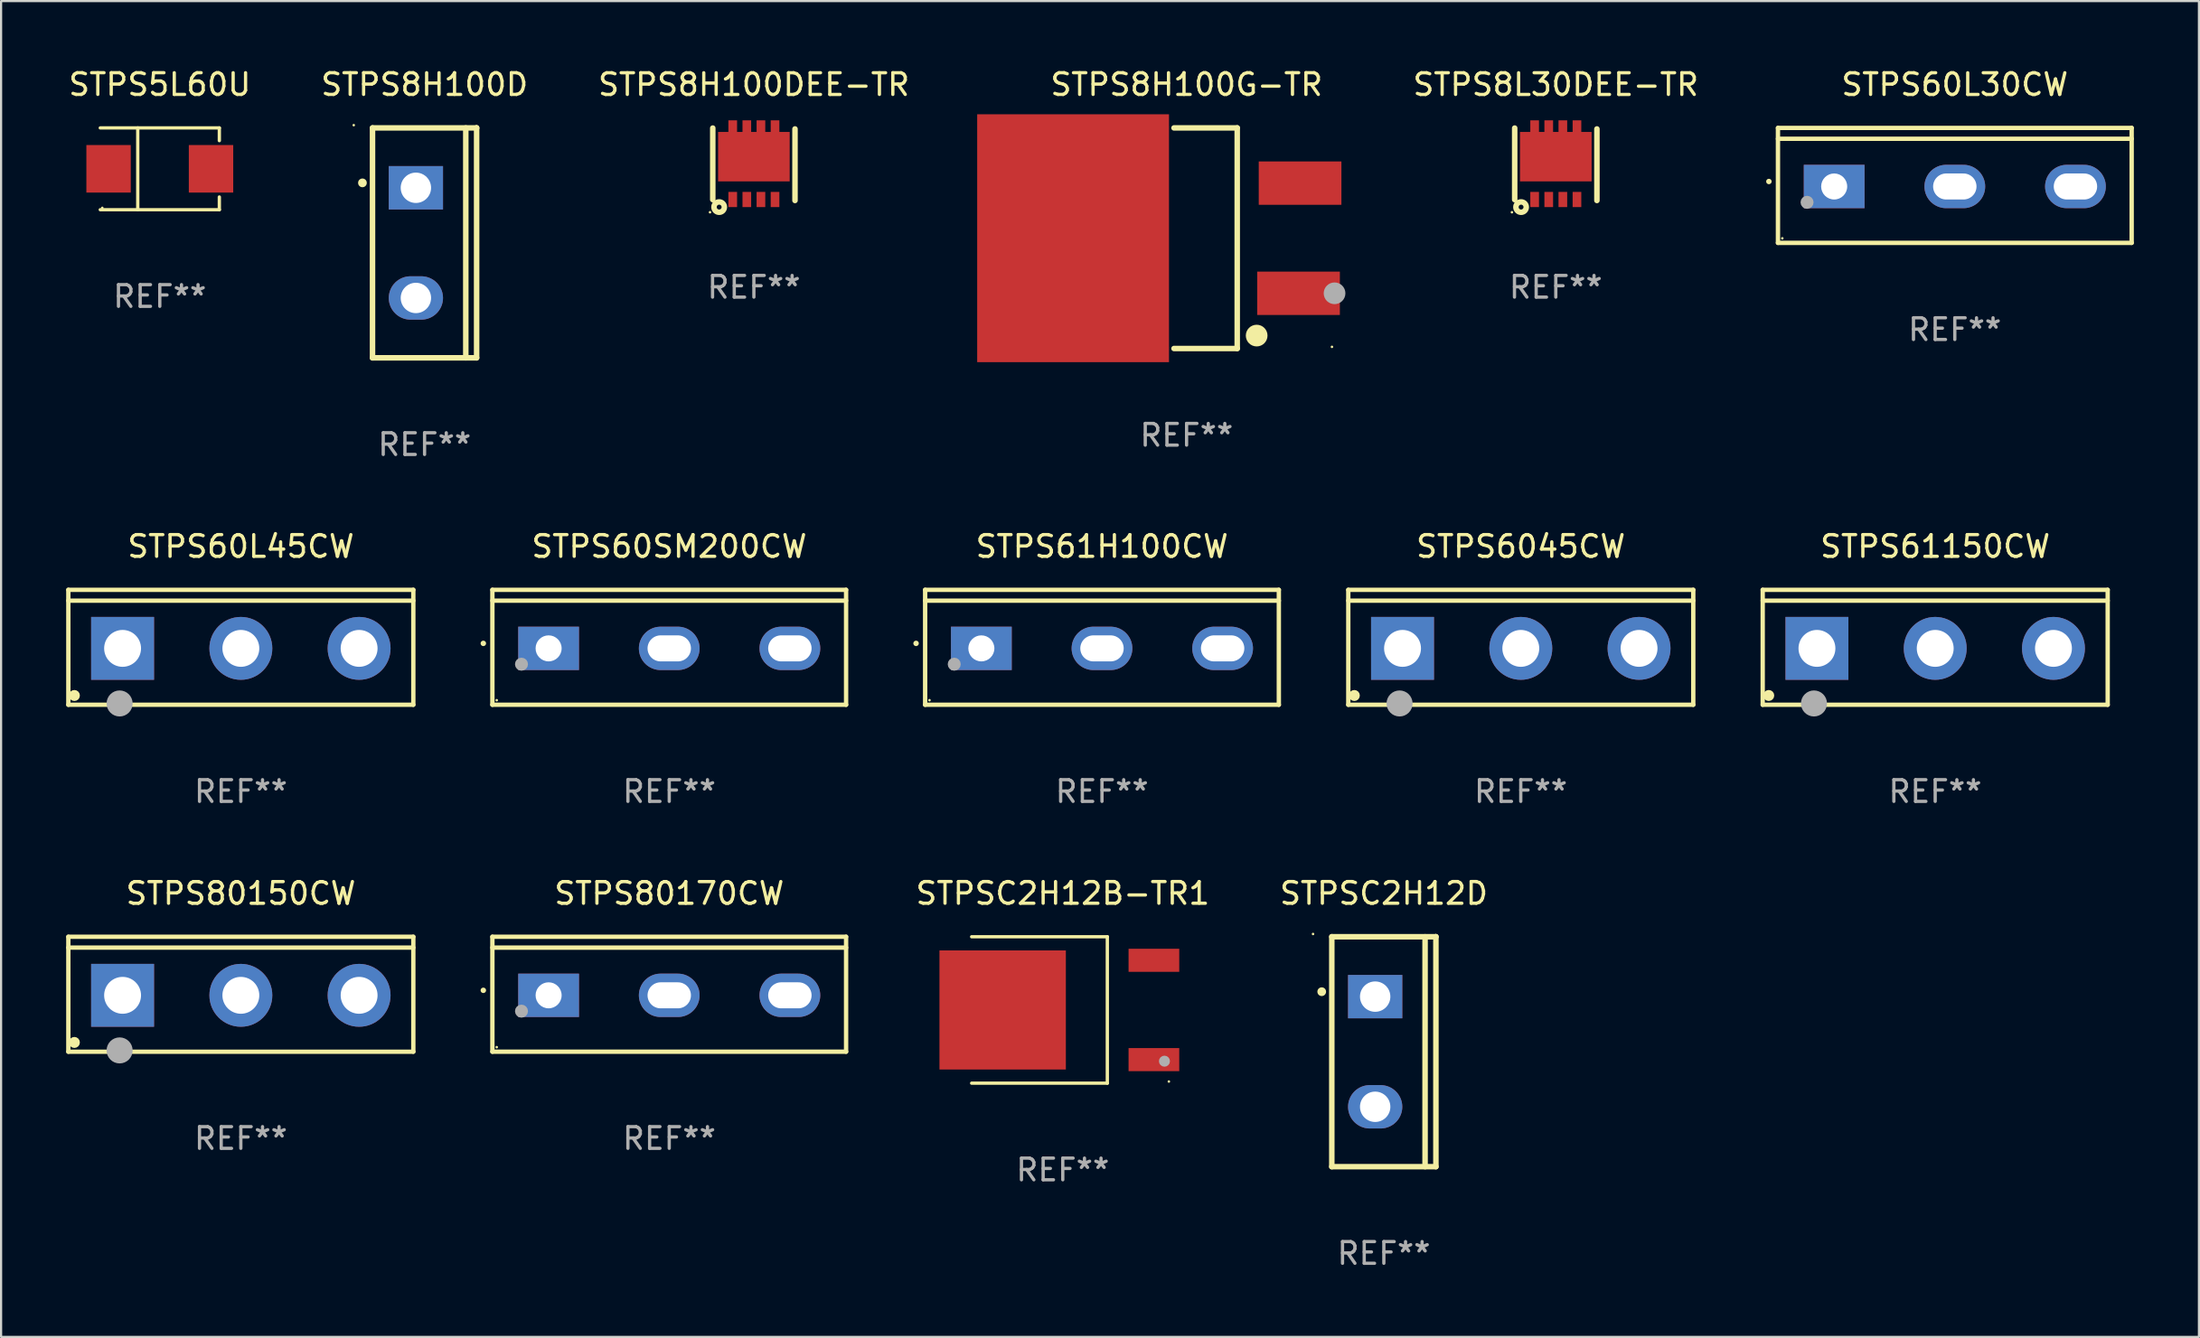
<source format=kicad_pcb>
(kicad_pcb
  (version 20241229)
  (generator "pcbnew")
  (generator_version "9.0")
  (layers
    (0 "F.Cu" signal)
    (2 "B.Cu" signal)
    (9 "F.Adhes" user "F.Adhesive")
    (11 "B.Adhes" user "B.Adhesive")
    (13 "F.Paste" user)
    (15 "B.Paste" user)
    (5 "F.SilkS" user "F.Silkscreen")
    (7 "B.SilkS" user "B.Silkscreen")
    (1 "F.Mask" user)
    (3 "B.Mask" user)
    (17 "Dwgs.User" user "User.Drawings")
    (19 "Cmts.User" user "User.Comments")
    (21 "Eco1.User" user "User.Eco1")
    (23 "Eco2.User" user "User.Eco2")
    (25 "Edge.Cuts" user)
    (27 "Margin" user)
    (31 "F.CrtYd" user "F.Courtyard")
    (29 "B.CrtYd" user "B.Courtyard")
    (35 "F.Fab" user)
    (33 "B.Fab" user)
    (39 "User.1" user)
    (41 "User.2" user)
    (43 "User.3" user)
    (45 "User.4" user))
  (footprint "STPS8H100D"
    (layer "F.Cu")
    (at 16.518 8.149)
    (property "Reference" "STPS8H100D" (at 0 -7.301 0) (layer "F.SilkS") (effects (font (size 1 1) (thickness 0.15))))
    (attr through_hole)
    (fp_line (start -2.399 -5.301) (end 2.394 -5.301) (stroke (width 0.254) (type solid)) (layer "F.SilkS"))
    (fp_line (start -2.399 5.301) (end -2.399 -5.301) (stroke (width 0.254) (type solid)) (layer "F.SilkS"))
    (fp_line (start 1.9 5.3) (end 1.9 -5.3) (stroke (width 0.254) (type solid)) (layer "F.SilkS"))
    (fp_line (start 2.394 -5.301) (end 2.399 -5.301) (stroke (width 0.254) (type solid)) (layer "F.SilkS"))
    (fp_line (start 2.399 -5.301) (end 2.399 5.301) (stroke (width 0.254) (type solid)) (layer "F.SilkS"))
    (fp_line (start 2.399 5.301) (end -2.399 5.301) (stroke (width 0.254) (type solid)) (layer "F.SilkS"))
    (fp_arc (start -2.863843 -2.766066) (mid -2.863847 -2.767336) (end -2.863843 -2.768606) (stroke (width 0.4) (type solid)) (layer "F.SilkS"))
    (fp_circle (center -3.264 -5.428) (end -3.234 -5.428) (stroke (width 0.06) (type solid)) (fill no) (layer "F.SilkS"))
    (fp_text user "REF**" (at 0 9.301 0) (layer "F.Fab") (effects (font (size 1 1) (thickness 0.15))))
    (pad "1" thru_hole rect (at -0.4 -2.54 270) (size 2 2.5) (drill 1.4) (layers "*.Cu" "*.Mask"))
    (pad "2" thru_hole oval (at -0.4 2.54 270) (size 2 2.5) (drill 1.4) (layers "*.Cu" "*.Mask")))
  (footprint "STPSC2H12D"
    (layer "F.Cu")
    (at 60.731 45.445)
    (property "Reference" "STPSC2H12D" (at 0 -7.301 0) (layer "F.SilkS") (effects (font (size 1 1) (thickness 0.15))))
    (attr through_hole)
    (fp_line (start -2.399 -5.301) (end 2.394 -5.301) (stroke (width 0.254) (type solid)) (layer "F.SilkS"))
    (fp_line (start -2.399 5.301) (end -2.399 -5.301) (stroke (width 0.254) (type solid)) (layer "F.SilkS"))
    (fp_line (start 1.9 5.3) (end 1.9 -5.3) (stroke (width 0.254) (type solid)) (layer "F.SilkS"))
    (fp_line (start 2.394 -5.301) (end 2.399 -5.301) (stroke (width 0.254) (type solid)) (layer "F.SilkS"))
    (fp_line (start 2.399 -5.301) (end 2.399 5.301) (stroke (width 0.254) (type solid)) (layer "F.SilkS"))
    (fp_line (start 2.399 5.301) (end -2.399 5.301) (stroke (width 0.254) (type solid)) (layer "F.SilkS"))
    (fp_arc (start -2.863843 -2.766066) (mid -2.863847 -2.767336) (end -2.863843 -2.768606) (stroke (width 0.4) (type solid)) (layer "F.SilkS"))
    (fp_circle (center -3.264 -5.428) (end -3.234 -5.428) (stroke (width 0.06) (type solid)) (fill no) (layer "F.SilkS"))
    (fp_text user "REF**" (at 0 9.301 0) (layer "F.Fab") (effects (font (size 1 1) (thickness 0.15))))
    (pad "1" thru_hole rect (at -0.4 -2.54 270) (size 2 2.5) (drill 1.4) (layers "*.Cu" "*.Mask"))
    (pad "2" thru_hole oval (at -0.4 2.54 270) (size 2 2.5) (drill 1.4) (layers "*.Cu" "*.Mask")))
  (footprint "STPS5L60U"
    (layer "F.Cu")
    (at 4.315 4.734)
    (property "Reference" "STPS5L60U" (at 0 -3.886 0) (layer "F.SilkS") (effects (font (size 1 1) (thickness 0.15))))
    (attr through_hole)
    (fp_line (start -2.744 -1.886) (end 2.744 -1.886) (stroke (width 0.152) (type solid)) (layer "F.SilkS"))
    (fp_line (start -2.744 1.886) (end 2.744 1.886) (stroke (width 0.152) (type solid)) (layer "F.SilkS"))
    (fp_line (start -1.016 -1.886) (end -1.016 1.886) (stroke (width 0.152) (type solid)) (layer "F.SilkS"))
    (fp_line (start 2.744 -1.886) (end 2.744 -1.299) (stroke (width 0.152) (type solid)) (layer "F.SilkS"))
    (fp_line (start 2.744 1.886) (end 2.744 1.299) (stroke (width 0.152) (type solid)) (layer "F.SilkS"))
    (fp_circle (center -2.65 1.8) (end -2.62 1.8) (stroke (width 0.06) (type solid)) (fill no) (layer "F.SilkS"))
    (fp_text user "REF**" (at 0 5.886 0) (layer "F.Fab") (effects (font (size 1 1) (thickness 0.15))))
    (pad "1" smd rect (at -2.361 0) (size 2.047 2.192) (layers "F.Cu" "F.Mask" "F.Paste"))
    (pad "2" smd rect (at 2.361 0) (size 2.047 2.192) (layers "F.Cu" "F.Mask" "F.Paste")))
  (footprint "STPS8H100DEE-TR"
    (layer "F.Cu")
    (at 31.696 4.522)
    (property "Reference" "STPS8H100DEE-TR" (at 0 -3.673 0) (layer "F.SilkS") (effects (font (size 1 1) (thickness 0.15))))
    (attr through_hole)
    (fp_line (start -1.895 1.633) (end -1.895 -1.667) (stroke (width 0.254) (type solid)) (layer "F.SilkS"))
    (fp_line (start 1.895 1.673) (end 1.895 -1.627) (stroke (width 0.254) (type solid)) (layer "F.SilkS"))
    (fp_circle (center -2.022 2.215) (end -1.992 2.215) (stroke (width 0.06) (type solid)) (fill no) (layer "F.SilkS"))
    (fp_circle (center -1.6 1.977) (end -1.488 1.977) (stroke (width 0.254) (type solid)) (fill no) (layer "F.SilkS"))
    (fp_text user "REF**" (at 0 5.673 0) (layer "F.Fab") (effects (font (size 1 1) (thickness 0.15))))
    (pad "1" smd rect (at -0.975 1.627 180) (size 0.4 0.7) (layers "F.Cu" "F.Mask" "F.Paste"))
    (pad "2" smd rect (at -0.325 1.627 180) (size 0.4 0.7) (layers "F.Cu" "F.Mask" "F.Paste"))
    (pad "3" smd rect (at 0.325 1.627 180) (size 0.4 0.7) (layers "F.Cu" "F.Mask" "F.Paste"))
    (pad "4" smd rect (at 0.975 1.627 180) (size 0.4 0.7) (layers "F.Cu" "F.Mask" "F.Paste"))
    (pad "5" smd rect (at 0.975 -1.673 180) (size 0.4 0.7) (layers "F.Cu" "F.Mask" "F.Paste"))
    (pad "6" smd rect (at 0.325 -1.673 180) (size 0.4 0.7) (layers "F.Cu" "F.Mask" "F.Paste"))
    (pad "7" smd rect (at -0.325 -1.673 180) (size 0.4 0.7) (layers "F.Cu" "F.Mask" "F.Paste"))
    (pad "8" smd rect (at -0.975 -1.673 180) (size 0.4 0.7) (layers "F.Cu" "F.Mask" "F.Paste"))
    (pad "9" smd rect (at 0.000102 -0.348 270) (size 2.28 3.3) (layers "F.Cu" "F.Mask" "F.Paste")))
  (footprint "STPS61150CW"
    (layer "F.Cu")
    (at 86.142 26.797)
    (property "Reference" "STPS61150CW" (at 0 -4.65 0) (layer "F.SilkS") (effects (font (size 1 1) (thickness 0.15))))
    (attr through_hole)
    (fp_line (start -7.95 -2.65) (end -7.95 2.65) (stroke (width 0.2) (type solid)) (layer "F.SilkS"))
    (fp_line (start -7.95 -2.15) (end 7.95 -2.15) (stroke (width 0.2) (type solid)) (layer "F.SilkS"))
    (fp_line (start -7.95 2.65) (end 7.95 2.65) (stroke (width 0.2) (type solid)) (layer "F.SilkS"))
    (fp_line (start 7.95 -2.65) (end -7.95 -2.65) (stroke (width 0.2) (type solid)) (layer "F.SilkS"))
    (fp_line (start 7.95 2.65) (end 7.95 -2.65) (stroke (width 0.2) (type solid)) (layer "F.SilkS"))
    (fp_circle (center -7.672 2.223) (end -7.545 2.223) (stroke (width 0.254) (type solid)) (fill no) (layer "F.SilkS"))
    (fp_circle (center -5.587 2.59) (end -5.287 2.59) (stroke (width 0.6) (type solid)) (fill no) (layer "F.Fab"))
    (fp_text user "REF**" (at 0 6.65 0) (layer "F.Fab") (effects (font (size 1 1) (thickness 0.15))))
    (pad "1" thru_hole rect (at -5.45 0.05) (size 2.9 2.9) (drill 1.7) (layers "*.Cu" "*.Mask"))
    (pad "2" thru_hole circle (at 0.001 0.05) (size 2.9 2.9) (drill 1.7) (layers "*.Cu" "*.Mask"))
    (pad "3" thru_hole circle (at 5.451 0.05) (size 2.9 2.9) (drill 1.7) (layers "*.Cu" "*.Mask")))
  (footprint "STPS61H100CW"
    (layer "F.Cu")
    (at 47.74 26.797)
    (property "Reference" "STPS61H100CW" (at 0 -4.65 0) (layer "F.SilkS") (effects (font (size 1 1) (thickness 0.15))))
    (attr through_hole)
    (fp_line (start -8.151 -2.65) (end -8.151 2.65) (stroke (width 0.201) (type solid)) (layer "F.SilkS"))
    (fp_line (start 8.151 -2.65) (end -8.151 -2.65) (stroke (width 0.201) (type solid)) (layer "F.SilkS"))
    (fp_line (start 8.151 -2.15) (end -8.151 -2.15) (stroke (width 0.201) (type solid)) (layer "F.SilkS"))
    (fp_line (start 8.151 2.65) (end -8.151 2.65) (stroke (width 0.201) (type solid)) (layer "F.SilkS"))
    (fp_line (start 8.151 2.65) (end 8.151 -2.65) (stroke (width 0.201) (type solid)) (layer "F.SilkS"))
    (fp_arc (start -8.570003 -0.18048) (mid -8.568733 -0.180486) (end -8.567463 -0.18048) (stroke (width 0.24892) (type solid)) (layer "F.SilkS"))
    (fp_circle (center -7.95 2.44) (end -7.92 2.44) (stroke (width 0.06) (type solid)) (fill no) (layer "F.SilkS"))
    (fp_circle (center -6.81 0.78) (end -6.66 0.78) (stroke (width 0.3) (type solid)) (fill no) (layer "F.Fab"))
    (fp_text user "REF**" (at 0 6.65 0) (layer "F.Fab") (effects (font (size 1 1) (thickness 0.15))))
    (pad "1" thru_hole rect (at -5.56 0.05 90) (size 2 2.8) (drill 1.2) (layers "*.Cu" "*.Mask"))
    (pad "2" thru_hole oval (at 0 0.05 90) (size 2 2.8) (drill oval 1.2 2) (layers "*.Cu" "*.Mask"))
    (pad "3" thru_hole oval (at 5.56 0.05 90) (size 2 2.8) (drill oval 1.2 2) (layers "*.Cu" "*.Mask")))
  (footprint "STPS8H100G-TR"
    (layer "F.Cu")
    (at 51.639 7.934)
    (property "Reference" "STPS8H100G-TR" (at 0 -7.086 0) (layer "F.SilkS") (effects (font (size 1 1) (thickness 0.15))))
    (attr through_hole)
    (fp_line (start 2.334 -5.086) (end -0.58 -5.086) (stroke (width 0.254) (type solid)) (layer "F.SilkS"))
    (fp_line (start 2.334 -5.086) (end 2.334 5.086) (stroke (width 0.254) (type solid)) (layer "F.SilkS"))
    (fp_line (start 2.334 5.086) (end -0.58 5.086) (stroke (width 0.254) (type solid)) (layer "F.SilkS"))
    (fp_circle (center 3.23 4.49) (end 3.48 4.49) (stroke (width 0.5) (type solid)) (fill no) (layer "F.SilkS"))
    (fp_circle (center 6.7 5.01) (end 6.73 5.01) (stroke (width 0.06) (type solid)) (fill no) (layer "F.SilkS"))
    (fp_circle (center 6.82 2.54) (end 7.07 2.54) (stroke (width 0.5) (type solid)) (fill no) (layer "F.Fab"))
    (fp_text user "REF**" (at 0 9.086 0) (layer "F.Fab") (effects (font (size 1 1) (thickness 0.15))))
    (pad "1" smd rect (at 5.16 2.54) (size 3.81 2) (layers "F.Cu" "F.Mask" "F.Paste"))
    (pad "3" smd rect (at 5.231 -2.54) (size 3.81 2) (layers "F.Cu" "F.Mask" "F.Paste"))
    (pad "4" smd rect (at -5.231 0) (size 8.84 11.43) (layers "F.Cu" "F.Mask" "F.Paste")))
  (footprint "STPS8L30DEE-TR"
    (layer "F.Cu")
    (at 68.656 4.522)
    (property "Reference" "STPS8L30DEE-TR" (at 0 -3.673 0) (layer "F.SilkS") (effects (font (size 1 1) (thickness 0.15))))
    (attr through_hole)
    (fp_line (start -1.895 1.633) (end -1.895 -1.667) (stroke (width 0.254) (type solid)) (layer "F.SilkS"))
    (fp_line (start 1.895 1.673) (end 1.895 -1.627) (stroke (width 0.254) (type solid)) (layer "F.SilkS"))
    (fp_circle (center -2.022 2.215) (end -1.992 2.215) (stroke (width 0.06) (type solid)) (fill no) (layer "F.SilkS"))
    (fp_circle (center -1.6 1.977) (end -1.488 1.977) (stroke (width 0.254) (type solid)) (fill no) (layer "F.SilkS"))
    (fp_text user "REF**" (at 0 5.673 0) (layer "F.Fab") (effects (font (size 1 1) (thickness 0.15))))
    (pad "1" smd rect (at -0.975 1.627 180) (size 0.4 0.7) (layers "F.Cu" "F.Mask" "F.Paste"))
    (pad "2" smd rect (at -0.325 1.627 180) (size 0.4 0.7) (layers "F.Cu" "F.Mask" "F.Paste"))
    (pad "3" smd rect (at 0.325 1.627 180) (size 0.4 0.7) (layers "F.Cu" "F.Mask" "F.Paste"))
    (pad "4" smd rect (at 0.975 1.627 180) (size 0.4 0.7) (layers "F.Cu" "F.Mask" "F.Paste"))
    (pad "5" smd rect (at 0.975 -1.673 180) (size 0.4 0.7) (layers "F.Cu" "F.Mask" "F.Paste"))
    (pad "6" smd rect (at 0.325 -1.673 180) (size 0.4 0.7) (layers "F.Cu" "F.Mask" "F.Paste"))
    (pad "7" smd rect (at -0.325 -1.673 180) (size 0.4 0.7) (layers "F.Cu" "F.Mask" "F.Paste"))
    (pad "8" smd rect (at -0.975 -1.673 180) (size 0.4 0.7) (layers "F.Cu" "F.Mask" "F.Paste"))
    (pad "9" smd rect (at 0.000102 -0.348 270) (size 2.28 3.3) (layers "F.Cu" "F.Mask" "F.Paste")))
  (footprint "STPS6045CW"
    (layer "F.Cu")
    (at 67.042 26.797)
    (property "Reference" "STPS6045CW" (at 0 -4.65 0) (layer "F.SilkS") (effects (font (size 1 1) (thickness 0.15))))
    (attr through_hole)
    (fp_line (start -7.95 -2.65) (end -7.95 2.65) (stroke (width 0.2) (type solid)) (layer "F.SilkS"))
    (fp_line (start -7.95 -2.15) (end 7.95 -2.15) (stroke (width 0.2) (type solid)) (layer "F.SilkS"))
    (fp_line (start -7.95 2.65) (end 7.95 2.65) (stroke (width 0.2) (type solid)) (layer "F.SilkS"))
    (fp_line (start 7.95 -2.65) (end -7.95 -2.65) (stroke (width 0.2) (type solid)) (layer "F.SilkS"))
    (fp_line (start 7.95 2.65) (end 7.95 -2.65) (stroke (width 0.2) (type solid)) (layer "F.SilkS"))
    (fp_circle (center -7.672 2.223) (end -7.545 2.223) (stroke (width 0.254) (type solid)) (fill no) (layer "F.SilkS"))
    (fp_circle (center -5.587 2.59) (end -5.287 2.59) (stroke (width 0.6) (type solid)) (fill no) (layer "F.Fab"))
    (fp_text user "REF**" (at 0 6.65 0) (layer "F.Fab") (effects (font (size 1 1) (thickness 0.15))))
    (pad "1" thru_hole rect (at -5.45 0.05) (size 2.9 2.9) (drill 1.7) (layers "*.Cu" "*.Mask"))
    (pad "2" thru_hole circle (at 0.001 0.05) (size 2.9 2.9) (drill 1.7) (layers "*.Cu" "*.Mask"))
    (pad "3" thru_hole circle (at 5.451 0.05) (size 2.9 2.9) (drill 1.7) (layers "*.Cu" "*.Mask")))
  (footprint "STPS60L30CW"
    (layer "F.Cu")
    (at 87.046 5.499)
    (property "Reference" "STPS60L30CW" (at 0 -4.65 0) (layer "F.SilkS") (effects (font (size 1 1) (thickness 0.15))))
    (attr through_hole)
    (fp_line (start -8.151 -2.65) (end -8.151 2.65) (stroke (width 0.201) (type solid)) (layer "F.SilkS"))
    (fp_line (start 8.151 -2.65) (end -8.151 -2.65) (stroke (width 0.201) (type solid)) (layer "F.SilkS"))
    (fp_line (start 8.151 -2.15) (end -8.151 -2.15) (stroke (width 0.201) (type solid)) (layer "F.SilkS"))
    (fp_line (start 8.151 2.65) (end -8.151 2.65) (stroke (width 0.201) (type solid)) (layer "F.SilkS"))
    (fp_line (start 8.151 2.65) (end 8.151 -2.65) (stroke (width 0.201) (type solid)) (layer "F.SilkS"))
    (fp_arc (start -8.570003 -0.18048) (mid -8.568733 -0.180486) (end -8.567463 -0.18048) (stroke (width 0.24892) (type solid)) (layer "F.SilkS"))
    (fp_circle (center -7.95 2.44) (end -7.92 2.44) (stroke (width 0.06) (type solid)) (fill no) (layer "F.SilkS"))
    (fp_circle (center -6.81 0.78) (end -6.66 0.78) (stroke (width 0.3) (type solid)) (fill no) (layer "F.Fab"))
    (fp_text user "REF**" (at 0 6.65 0) (layer "F.Fab") (effects (font (size 1 1) (thickness 0.15))))
    (pad "1" thru_hole rect (at -5.56 0.05 90) (size 2 2.8) (drill 1.2) (layers "*.Cu" "*.Mask"))
    (pad "2" thru_hole oval (at 0 0.05 90) (size 2 2.8) (drill oval 1.2 2) (layers "*.Cu" "*.Mask"))
    (pad "3" thru_hole oval (at 5.56 0.05 90) (size 2 2.8) (drill oval 1.2 2) (layers "*.Cu" "*.Mask")))
  (footprint "STPSC2H12B-TR1"
    (layer "F.Cu")
    (at 45.933 43.52)
    (property "Reference" "STPSC2H12B-TR1" (at 0 -5.376 0) (layer "F.SilkS") (effects (font (size 1 1) (thickness 0.15))))
    (attr through_hole)
    (fp_line (start -4.2 -3.376) (end 2.053 -3.376) (stroke (width 0.152) (type solid)) (layer "F.SilkS"))
    (fp_line (start -4.2 3.376) (end 2.053 3.376) (stroke (width 0.152) (type solid)) (layer "F.SilkS"))
    (fp_line (start 2.053 3.376) (end 2.053 -3.376) (stroke (width 0.152) (type solid)) (layer "F.SilkS"))
    (fp_circle (center 4.889 3.3) (end 4.919 3.3) (stroke (width 0.06) (type solid)) (fill no) (layer "F.SilkS"))
    (fp_circle (center 4.686 2.362) (end 4.813 2.362) (stroke (width 0.254) (type solid)) (fill no) (layer "F.Fab"))
    (fp_text user "REF**" (at 0 7.376 0) (layer "F.Fab") (effects (font (size 1 1) (thickness 0.15))))
    (pad "1" smd rect (at 4.2 2.29) (size 2.336 1.064) (layers "F.Cu" "F.Mask" "F.Paste"))
    (pad "3" smd rect (at 4.2 -2.29) (size 2.336 1.064) (layers "F.Cu" "F.Mask" "F.Paste"))
    (pad "4" smd rect (at -2.771 0) (size 5.826 5.491) (layers "F.Cu" "F.Mask" "F.Paste")))
  (footprint "STPS60L45CW"
    (layer "F.Cu")
    (at 8.05 26.797)
    (property "Reference" "STPS60L45CW" (at 0 -4.65 0) (layer "F.SilkS") (effects (font (size 1 1) (thickness 0.15))))
    (attr through_hole)
    (fp_line (start -7.95 -2.65) (end -7.95 2.65) (stroke (width 0.2) (type solid)) (layer "F.SilkS"))
    (fp_line (start -7.95 -2.15) (end 7.95 -2.15) (stroke (width 0.2) (type solid)) (layer "F.SilkS"))
    (fp_line (start -7.95 2.65) (end 7.95 2.65) (stroke (width 0.2) (type solid)) (layer "F.SilkS"))
    (fp_line (start 7.95 -2.65) (end -7.95 -2.65) (stroke (width 0.2) (type solid)) (layer "F.SilkS"))
    (fp_line (start 7.95 2.65) (end 7.95 -2.65) (stroke (width 0.2) (type solid)) (layer "F.SilkS"))
    (fp_circle (center -7.672 2.223) (end -7.545 2.223) (stroke (width 0.254) (type solid)) (fill no) (layer "F.SilkS"))
    (fp_circle (center -5.587 2.59) (end -5.287 2.59) (stroke (width 0.6) (type solid)) (fill no) (layer "F.Fab"))
    (fp_text user "REF**" (at 0 6.65 0) (layer "F.Fab") (effects (font (size 1 1) (thickness 0.15))))
    (pad "1" thru_hole rect (at -5.45 0.05) (size 2.9 2.9) (drill 1.7) (layers "*.Cu" "*.Mask"))
    (pad "2" thru_hole circle (at 0.001 0.05) (size 2.9 2.9) (drill 1.7) (layers "*.Cu" "*.Mask"))
    (pad "3" thru_hole circle (at 5.451 0.05) (size 2.9 2.9) (drill 1.7) (layers "*.Cu" "*.Mask")))
  (footprint "STPS80170CW"
    (layer "F.Cu")
    (at 27.795 42.795)
    (property "Reference" "STPS80170CW" (at 0 -4.65 0) (layer "F.SilkS") (effects (font (size 1 1) (thickness 0.15))))
    (attr through_hole)
    (fp_line (start -8.151 -2.65) (end -8.151 2.65) (stroke (width 0.201) (type solid)) (layer "F.SilkS"))
    (fp_line (start 8.151 -2.65) (end -8.151 -2.65) (stroke (width 0.201) (type solid)) (layer "F.SilkS"))
    (fp_line (start 8.151 -2.15) (end -8.151 -2.15) (stroke (width 0.201) (type solid)) (layer "F.SilkS"))
    (fp_line (start 8.151 2.65) (end -8.151 2.65) (stroke (width 0.201) (type solid)) (layer "F.SilkS"))
    (fp_line (start 8.151 2.65) (end 8.151 -2.65) (stroke (width 0.201) (type solid)) (layer "F.SilkS"))
    (fp_arc (start -8.570003 -0.18048) (mid -8.568733 -0.180486) (end -8.567463 -0.18048) (stroke (width 0.24892) (type solid)) (layer "F.SilkS"))
    (fp_circle (center -7.95 2.44) (end -7.92 2.44) (stroke (width 0.06) (type solid)) (fill no) (layer "F.SilkS"))
    (fp_circle (center -6.81 0.78) (end -6.66 0.78) (stroke (width 0.3) (type solid)) (fill no) (layer "F.Fab"))
    (fp_text user "REF**" (at 0 6.65 0) (layer "F.Fab") (effects (font (size 1 1) (thickness 0.15))))
    (pad "1" thru_hole rect (at -5.56 0.05 90) (size 2 2.8) (drill 1.2) (layers "*.Cu" "*.Mask"))
    (pad "2" thru_hole oval (at 0 0.05 90) (size 2 2.8) (drill oval 1.2 2) (layers "*.Cu" "*.Mask"))
    (pad "3" thru_hole oval (at 5.56 0.05 90) (size 2 2.8) (drill oval 1.2 2) (layers "*.Cu" "*.Mask")))
  (footprint "STPS80150CW"
    (layer "F.Cu")
    (at 8.05 42.795)
    (property "Reference" "STPS80150CW" (at 0 -4.65 0) (layer "F.SilkS") (effects (font (size 1 1) (thickness 0.15))))
    (attr through_hole)
    (fp_line (start -7.95 -2.65) (end -7.95 2.65) (stroke (width 0.2) (type solid)) (layer "F.SilkS"))
    (fp_line (start -7.95 -2.15) (end 7.95 -2.15) (stroke (width 0.2) (type solid)) (layer "F.SilkS"))
    (fp_line (start -7.95 2.65) (end 7.95 2.65) (stroke (width 0.2) (type solid)) (layer "F.SilkS"))
    (fp_line (start 7.95 -2.65) (end -7.95 -2.65) (stroke (width 0.2) (type solid)) (layer "F.SilkS"))
    (fp_line (start 7.95 2.65) (end 7.95 -2.65) (stroke (width 0.2) (type solid)) (layer "F.SilkS"))
    (fp_circle (center -7.672 2.223) (end -7.545 2.223) (stroke (width 0.254) (type solid)) (fill no) (layer "F.SilkS"))
    (fp_circle (center -5.587 2.59) (end -5.287 2.59) (stroke (width 0.6) (type solid)) (fill no) (layer "F.Fab"))
    (fp_text user "REF**" (at 0 6.65 0) (layer "F.Fab") (effects (font (size 1 1) (thickness 0.15))))
    (pad "1" thru_hole rect (at -5.45 0.05) (size 2.9 2.9) (drill 1.7) (layers "*.Cu" "*.Mask"))
    (pad "2" thru_hole circle (at 0.001 0.05) (size 2.9 2.9) (drill 1.7) (layers "*.Cu" "*.Mask"))
    (pad "3" thru_hole circle (at 5.451 0.05) (size 2.9 2.9) (drill 1.7) (layers "*.Cu" "*.Mask")))
  (footprint "STPS60SM200CW"
    (layer "F.Cu")
    (at 27.795 26.797)
    (property "Reference" "STPS60SM200CW" (at 0 -4.65 0) (layer "F.SilkS") (effects (font (size 1 1) (thickness 0.15))))
    (attr through_hole)
    (fp_line (start -8.151 -2.65) (end -8.151 2.65) (stroke (width 0.201) (type solid)) (layer "F.SilkS"))
    (fp_line (start 8.151 -2.65) (end -8.151 -2.65) (stroke (width 0.201) (type solid)) (layer "F.SilkS"))
    (fp_line (start 8.151 -2.15) (end -8.151 -2.15) (stroke (width 0.201) (type solid)) (layer "F.SilkS"))
    (fp_line (start 8.151 2.65) (end -8.151 2.65) (stroke (width 0.201) (type solid)) (layer "F.SilkS"))
    (fp_line (start 8.151 2.65) (end 8.151 -2.65) (stroke (width 0.201) (type solid)) (layer "F.SilkS"))
    (fp_arc (start -8.570003 -0.18048) (mid -8.568733 -0.180486) (end -8.567463 -0.18048) (stroke (width 0.24892) (type solid)) (layer "F.SilkS"))
    (fp_circle (center -7.95 2.44) (end -7.92 2.44) (stroke (width 0.06) (type solid)) (fill no) (layer "F.SilkS"))
    (fp_circle (center -6.81 0.78) (end -6.66 0.78) (stroke (width 0.3) (type solid)) (fill no) (layer "F.Fab"))
    (fp_text user "REF**" (at 0 6.65 0) (layer "F.Fab") (effects (font (size 1 1) (thickness 0.15))))
    (pad "1" thru_hole rect (at -5.56 0.05 90) (size 2 2.8) (drill 1.2) (layers "*.Cu" "*.Mask"))
    (pad "2" thru_hole oval (at 0 0.05 90) (size 2 2.8) (drill oval 1.2 2) (layers "*.Cu" "*.Mask"))
    (pad "3" thru_hole oval (at 5.56 0.05 90) (size 2 2.8) (drill oval 1.2 2) (layers "*.Cu" "*.Mask")))
  (gr_rect
    (start -3 -3)
    (end 98.298 58.595)
    (stroke (width 0.1) (type default))
    (fill no)
    (layer "Edge.Cuts")))
</source>
